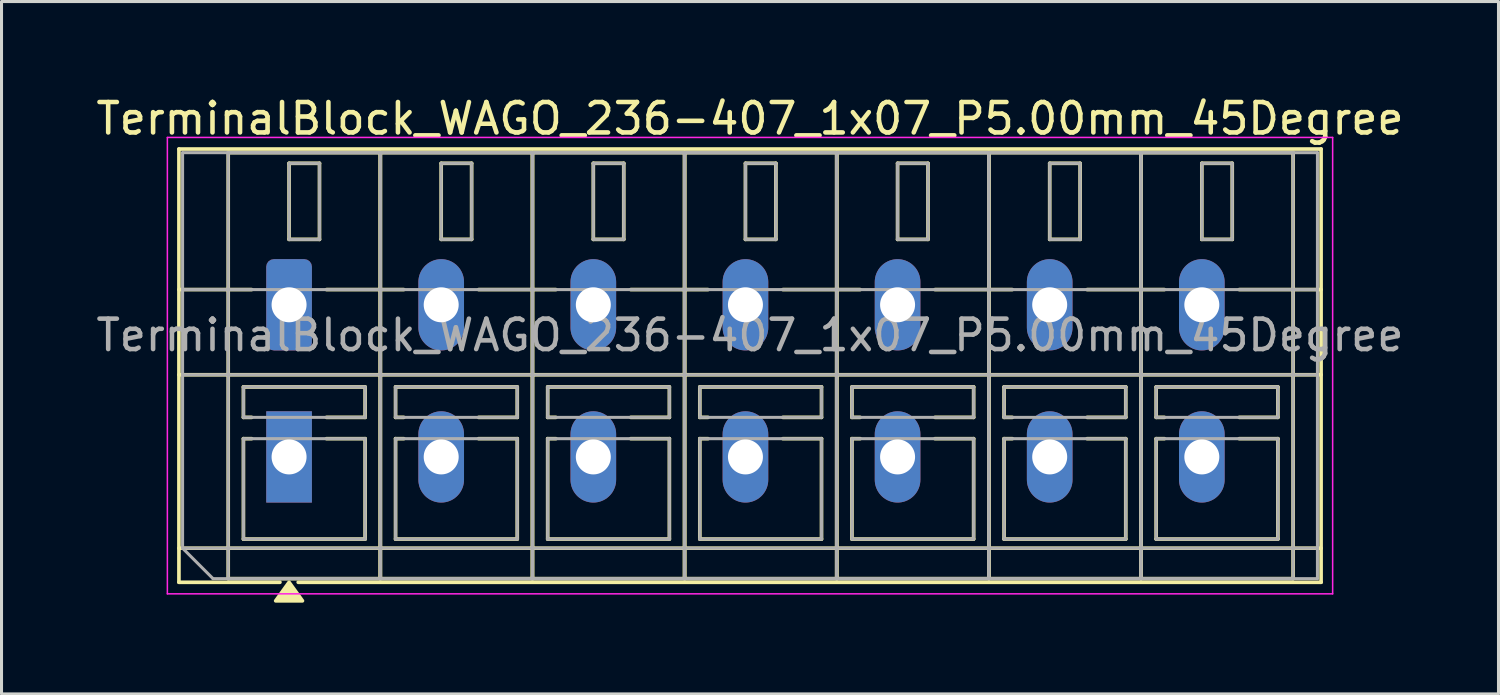
<source format=kicad_pcb>
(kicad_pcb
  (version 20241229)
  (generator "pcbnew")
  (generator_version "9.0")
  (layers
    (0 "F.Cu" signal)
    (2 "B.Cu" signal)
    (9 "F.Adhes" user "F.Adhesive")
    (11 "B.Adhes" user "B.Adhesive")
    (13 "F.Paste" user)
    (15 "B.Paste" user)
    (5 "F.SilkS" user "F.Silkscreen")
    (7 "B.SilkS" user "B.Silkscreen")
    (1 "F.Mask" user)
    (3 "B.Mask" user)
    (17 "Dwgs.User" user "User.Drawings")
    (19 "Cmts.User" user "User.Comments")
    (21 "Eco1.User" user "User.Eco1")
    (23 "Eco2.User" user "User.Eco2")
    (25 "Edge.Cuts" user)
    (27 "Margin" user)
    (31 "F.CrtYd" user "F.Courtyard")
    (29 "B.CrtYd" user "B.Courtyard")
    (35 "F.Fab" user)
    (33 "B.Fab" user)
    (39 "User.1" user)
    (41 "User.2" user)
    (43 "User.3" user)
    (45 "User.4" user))
  (footprint "TerminalBlock_WAGO_236-407_1x07_P5.00mm_45Degree"
    (layer "F.Cu")
    (at 6.451 6.968)
    (property "Reference" "TerminalBlock_WAGO_236-407_1x07_P5.00mm_45Degree" (at 15.15 -6.12 0) (layer "F.SilkS") (effects (font (size 1 1) (thickness 0.15))))
    (attr through_hole)
    (fp_line (start -3.62 -5.12) (end 33.92 -5.12) (stroke (width 0.12) (type solid)) (layer "F.SilkS"))
    (fp_line (start -3.62 -0.5) (end -1.23 -0.5) (stroke (width 0.12) (type solid)) (layer "F.SilkS"))
    (fp_line (start -3.62 2.3) (end 33.92 2.3) (stroke (width 0.12) (type solid)) (layer "F.SilkS"))
    (fp_line (start -3.62 8) (end 33.92 8) (stroke (width 0.12) (type solid)) (layer "F.SilkS"))
    (fp_line (start -3.62 9.12) (end -3.62 -5.12) (stroke (width 0.12) (type solid)) (layer "F.SilkS"))
    (fp_line (start -2 -5) (end 3 -5) (stroke (width 0.12) (type solid)) (layer "F.SilkS"))
    (fp_line (start -2 9) (end -2 -5) (stroke (width 0.12) (type solid)) (layer "F.SilkS"))
    (fp_line (start -1.5 2.7) (end 2.5 2.7) (stroke (width 0.12) (type solid)) (layer "F.SilkS"))
    (fp_line (start -1.5 3.7) (end -1.5 2.7) (stroke (width 0.12) (type solid)) (layer "F.SilkS"))
    (fp_line (start -1.5 4.4) (end -1.23 4.4) (stroke (width 0.12) (type solid)) (layer "F.SilkS"))
    (fp_line (start -1.5 7.7) (end -1.5 4.4) (stroke (width 0.12) (type solid)) (layer "F.SilkS"))
    (fp_line (start -1.23 3.7) (end -1.5 3.7) (stroke (width 0.12) (type solid)) (layer "F.SilkS"))
    (fp_line (start -0.3 9.12) (end -3.62 9.12) (stroke (width 0.12) (type solid)) (layer "F.SilkS"))
    (fp_line (start 0 -4.65) (end 1 -4.65) (stroke (width 0.12) (type solid)) (layer "F.SilkS"))
    (fp_line (start 0 -2.15) (end 0 -4.65) (stroke (width 0.12) (type solid)) (layer "F.SilkS"))
    (fp_line (start 1 -4.65) (end 1 -2.15) (stroke (width 0.12) (type solid)) (layer "F.SilkS"))
    (fp_line (start 1 -2.15) (end 0 -2.15) (stroke (width 0.12) (type solid)) (layer "F.SilkS"))
    (fp_line (start 1.23 -0.5) (end 3.77 -0.5) (stroke (width 0.12) (type solid)) (layer "F.SilkS"))
    (fp_line (start 1.23 4.4) (end 2.5 4.4) (stroke (width 0.12) (type solid)) (layer "F.SilkS"))
    (fp_line (start 2.5 2.7) (end 2.5 3.7) (stroke (width 0.12) (type solid)) (layer "F.SilkS"))
    (fp_line (start 2.5 3.7) (end 1.23 3.7) (stroke (width 0.12) (type solid)) (layer "F.SilkS"))
    (fp_line (start 2.5 4.4) (end 2.5 7.7) (stroke (width 0.12) (type solid)) (layer "F.SilkS"))
    (fp_line (start 2.5 7.7) (end -1.5 7.7) (stroke (width 0.12) (type solid)) (layer "F.SilkS"))
    (fp_line (start 3 -5) (end 3 9) (stroke (width 0.12) (type solid)) (layer "F.SilkS"))
    (fp_line (start 3 -5) (end 8 -5) (stroke (width 0.12) (type solid)) (layer "F.SilkS"))
    (fp_line (start 3 9) (end -2 9) (stroke (width 0.12) (type solid)) (layer "F.SilkS"))
    (fp_line (start 3 9) (end 3 -5) (stroke (width 0.12) (type solid)) (layer "F.SilkS"))
    (fp_line (start 3.5 2.7) (end 7.5 2.7) (stroke (width 0.12) (type solid)) (layer "F.SilkS"))
    (fp_line (start 3.5 3.7) (end 3.5 2.7) (stroke (width 0.12) (type solid)) (layer "F.SilkS"))
    (fp_line (start 3.5 4.4) (end 3.77 4.4) (stroke (width 0.12) (type solid)) (layer "F.SilkS"))
    (fp_line (start 3.5 7.7) (end 3.5 4.4) (stroke (width 0.12) (type solid)) (layer "F.SilkS"))
    (fp_line (start 3.77 3.7) (end 3.5 3.7) (stroke (width 0.12) (type solid)) (layer "F.SilkS"))
    (fp_line (start 5 -4.65) (end 6 -4.65) (stroke (width 0.12) (type solid)) (layer "F.SilkS"))
    (fp_line (start 5 -2.15) (end 5 -4.65) (stroke (width 0.12) (type solid)) (layer "F.SilkS"))
    (fp_line (start 6 -4.65) (end 6 -2.15) (stroke (width 0.12) (type solid)) (layer "F.SilkS"))
    (fp_line (start 6 -2.15) (end 5 -2.15) (stroke (width 0.12) (type solid)) (layer "F.SilkS"))
    (fp_line (start 6.23 -0.5) (end 8.77 -0.5) (stroke (width 0.12) (type solid)) (layer "F.SilkS"))
    (fp_line (start 6.23 4.4) (end 7.5 4.4) (stroke (width 0.12) (type solid)) (layer "F.SilkS"))
    (fp_line (start 7.5 2.7) (end 7.5 3.7) (stroke (width 0.12) (type solid)) (layer "F.SilkS"))
    (fp_line (start 7.5 3.7) (end 6.23 3.7) (stroke (width 0.12) (type solid)) (layer "F.SilkS"))
    (fp_line (start 7.5 4.4) (end 7.5 7.7) (stroke (width 0.12) (type solid)) (layer "F.SilkS"))
    (fp_line (start 7.5 7.7) (end 3.5 7.7) (stroke (width 0.12) (type solid)) (layer "F.SilkS"))
    (fp_line (start 8 -5) (end 8 9) (stroke (width 0.12) (type solid)) (layer "F.SilkS"))
    (fp_line (start 8 -5) (end 13 -5) (stroke (width 0.12) (type solid)) (layer "F.SilkS"))
    (fp_line (start 8 9) (end 3 9) (stroke (width 0.12) (type solid)) (layer "F.SilkS"))
    (fp_line (start 8 9) (end 8 -5) (stroke (width 0.12) (type solid)) (layer "F.SilkS"))
    (fp_line (start 8.5 2.7) (end 12.5 2.7) (stroke (width 0.12) (type solid)) (layer "F.SilkS"))
    (fp_line (start 8.5 3.7) (end 8.5 2.7) (stroke (width 0.12) (type solid)) (layer "F.SilkS"))
    (fp_line (start 8.5 4.4) (end 8.77 4.4) (stroke (width 0.12) (type solid)) (layer "F.SilkS"))
    (fp_line (start 8.5 7.7) (end 8.5 4.4) (stroke (width 0.12) (type solid)) (layer "F.SilkS"))
    (fp_line (start 8.77 3.7) (end 8.5 3.7) (stroke (width 0.12) (type solid)) (layer "F.SilkS"))
    (fp_line (start 10 -4.65) (end 11 -4.65) (stroke (width 0.12) (type solid)) (layer "F.SilkS"))
    (fp_line (start 10 -2.15) (end 10 -4.65) (stroke (width 0.12) (type solid)) (layer "F.SilkS"))
    (fp_line (start 11 -4.65) (end 11 -2.15) (stroke (width 0.12) (type solid)) (layer "F.SilkS"))
    (fp_line (start 11 -2.15) (end 10 -2.15) (stroke (width 0.12) (type solid)) (layer "F.SilkS"))
    (fp_line (start 11.23 -0.5) (end 13.77 -0.5) (stroke (width 0.12) (type solid)) (layer "F.SilkS"))
    (fp_line (start 11.23 4.4) (end 12.5 4.4) (stroke (width 0.12) (type solid)) (layer "F.SilkS"))
    (fp_line (start 12.5 2.7) (end 12.5 3.7) (stroke (width 0.12) (type solid)) (layer "F.SilkS"))
    (fp_line (start 12.5 3.7) (end 11.23 3.7) (stroke (width 0.12) (type solid)) (layer "F.SilkS"))
    (fp_line (start 12.5 4.4) (end 12.5 7.7) (stroke (width 0.12) (type solid)) (layer "F.SilkS"))
    (fp_line (start 12.5 7.7) (end 8.5 7.7) (stroke (width 0.12) (type solid)) (layer "F.SilkS"))
    (fp_line (start 13 -5) (end 13 9) (stroke (width 0.12) (type solid)) (layer "F.SilkS"))
    (fp_line (start 13 -5) (end 18 -5) (stroke (width 0.12) (type solid)) (layer "F.SilkS"))
    (fp_line (start 13 9) (end 8 9) (stroke (width 0.12) (type solid)) (layer "F.SilkS"))
    (fp_line (start 13 9) (end 13 -5) (stroke (width 0.12) (type solid)) (layer "F.SilkS"))
    (fp_line (start 13.5 2.7) (end 17.5 2.7) (stroke (width 0.12) (type solid)) (layer "F.SilkS"))
    (fp_line (start 13.5 3.7) (end 13.5 2.7) (stroke (width 0.12) (type solid)) (layer "F.SilkS"))
    (fp_line (start 13.5 4.4) (end 13.77 4.4) (stroke (width 0.12) (type solid)) (layer "F.SilkS"))
    (fp_line (start 13.5 7.7) (end 13.5 4.4) (stroke (width 0.12) (type solid)) (layer "F.SilkS"))
    (fp_line (start 13.77 3.7) (end 13.5 3.7) (stroke (width 0.12) (type solid)) (layer "F.SilkS"))
    (fp_line (start 15 -4.65) (end 16 -4.65) (stroke (width 0.12) (type solid)) (layer "F.SilkS"))
    (fp_line (start 15 -2.15) (end 15 -4.65) (stroke (width 0.12) (type solid)) (layer "F.SilkS"))
    (fp_line (start 16 -4.65) (end 16 -2.15) (stroke (width 0.12) (type solid)) (layer "F.SilkS"))
    (fp_line (start 16 -2.15) (end 15 -2.15) (stroke (width 0.12) (type solid)) (layer "F.SilkS"))
    (fp_line (start 16.23 -0.5) (end 18.77 -0.5) (stroke (width 0.12) (type solid)) (layer "F.SilkS"))
    (fp_line (start 16.23 4.4) (end 17.5 4.4) (stroke (width 0.12) (type solid)) (layer "F.SilkS"))
    (fp_line (start 17.5 2.7) (end 17.5 3.7) (stroke (width 0.12) (type solid)) (layer "F.SilkS"))
    (fp_line (start 17.5 3.7) (end 16.23 3.7) (stroke (width 0.12) (type solid)) (layer "F.SilkS"))
    (fp_line (start 17.5 4.4) (end 17.5 7.7) (stroke (width 0.12) (type solid)) (layer "F.SilkS"))
    (fp_line (start 17.5 7.7) (end 13.5 7.7) (stroke (width 0.12) (type solid)) (layer "F.SilkS"))
    (fp_line (start 18 -5) (end 18 9) (stroke (width 0.12) (type solid)) (layer "F.SilkS"))
    (fp_line (start 18 -5) (end 23 -5) (stroke (width 0.12) (type solid)) (layer "F.SilkS"))
    (fp_line (start 18 9) (end 13 9) (stroke (width 0.12) (type solid)) (layer "F.SilkS"))
    (fp_line (start 18 9) (end 18 -5) (stroke (width 0.12) (type solid)) (layer "F.SilkS"))
    (fp_line (start 18.5 2.7) (end 22.5 2.7) (stroke (width 0.12) (type solid)) (layer "F.SilkS"))
    (fp_line (start 18.5 3.7) (end 18.5 2.7) (stroke (width 0.12) (type solid)) (layer "F.SilkS"))
    (fp_line (start 18.5 4.4) (end 18.77 4.4) (stroke (width 0.12) (type solid)) (layer "F.SilkS"))
    (fp_line (start 18.5 7.7) (end 18.5 4.4) (stroke (width 0.12) (type solid)) (layer "F.SilkS"))
    (fp_line (start 18.77 3.7) (end 18.5 3.7) (stroke (width 0.12) (type solid)) (layer "F.SilkS"))
    (fp_line (start 20 -4.65) (end 21 -4.65) (stroke (width 0.12) (type solid)) (layer "F.SilkS"))
    (fp_line (start 20 -2.15) (end 20 -4.65) (stroke (width 0.12) (type solid)) (layer "F.SilkS"))
    (fp_line (start 21 -4.65) (end 21 -2.15) (stroke (width 0.12) (type solid)) (layer "F.SilkS"))
    (fp_line (start 21 -2.15) (end 20 -2.15) (stroke (width 0.12) (type solid)) (layer "F.SilkS"))
    (fp_line (start 21.23 -0.5) (end 23.77 -0.5) (stroke (width 0.12) (type solid)) (layer "F.SilkS"))
    (fp_line (start 21.23 4.4) (end 22.5 4.4) (stroke (width 0.12) (type solid)) (layer "F.SilkS"))
    (fp_line (start 22.5 2.7) (end 22.5 3.7) (stroke (width 0.12) (type solid)) (layer "F.SilkS"))
    (fp_line (start 22.5 3.7) (end 21.23 3.7) (stroke (width 0.12) (type solid)) (layer "F.SilkS"))
    (fp_line (start 22.5 4.4) (end 22.5 7.7) (stroke (width 0.12) (type solid)) (layer "F.SilkS"))
    (fp_line (start 22.5 7.7) (end 18.5 7.7) (stroke (width 0.12) (type solid)) (layer "F.SilkS"))
    (fp_line (start 23 -5) (end 23 9) (stroke (width 0.12) (type solid)) (layer "F.SilkS"))
    (fp_line (start 23 -5) (end 28 -5) (stroke (width 0.12) (type solid)) (layer "F.SilkS"))
    (fp_line (start 23 9) (end 18 9) (stroke (width 0.12) (type solid)) (layer "F.SilkS"))
    (fp_line (start 23 9) (end 23 -5) (stroke (width 0.12) (type solid)) (layer "F.SilkS"))
    (fp_line (start 23.5 2.7) (end 27.5 2.7) (stroke (width 0.12) (type solid)) (layer "F.SilkS"))
    (fp_line (start 23.5 3.7) (end 23.5 2.7) (stroke (width 0.12) (type solid)) (layer "F.SilkS"))
    (fp_line (start 23.5 4.4) (end 23.77 4.4) (stroke (width 0.12) (type solid)) (layer "F.SilkS"))
    (fp_line (start 23.5 7.7) (end 23.5 4.4) (stroke (width 0.12) (type solid)) (layer "F.SilkS"))
    (fp_line (start 23.77 3.7) (end 23.5 3.7) (stroke (width 0.12) (type solid)) (layer "F.SilkS"))
    (fp_line (start 25 -4.65) (end 26 -4.65) (stroke (width 0.12) (type solid)) (layer "F.SilkS"))
    (fp_line (start 25 -2.15) (end 25 -4.65) (stroke (width 0.12) (type solid)) (layer "F.SilkS"))
    (fp_line (start 26 -4.65) (end 26 -2.15) (stroke (width 0.12) (type solid)) (layer "F.SilkS"))
    (fp_line (start 26 -2.15) (end 25 -2.15) (stroke (width 0.12) (type solid)) (layer "F.SilkS"))
    (fp_line (start 26.23 -0.5) (end 28.77 -0.5) (stroke (width 0.12) (type solid)) (layer "F.SilkS"))
    (fp_line (start 26.23 4.4) (end 27.5 4.4) (stroke (width 0.12) (type solid)) (layer "F.SilkS"))
    (fp_line (start 27.5 2.7) (end 27.5 3.7) (stroke (width 0.12) (type solid)) (layer "F.SilkS"))
    (fp_line (start 27.5 3.7) (end 26.23 3.7) (stroke (width 0.12) (type solid)) (layer "F.SilkS"))
    (fp_line (start 27.5 4.4) (end 27.5 7.7) (stroke (width 0.12) (type solid)) (layer "F.SilkS"))
    (fp_line (start 27.5 7.7) (end 23.5 7.7) (stroke (width 0.12) (type solid)) (layer "F.SilkS"))
    (fp_line (start 28 -5) (end 28 9) (stroke (width 0.12) (type solid)) (layer "F.SilkS"))
    (fp_line (start 28 -5) (end 33 -5) (stroke (width 0.12) (type solid)) (layer "F.SilkS"))
    (fp_line (start 28 9) (end 23 9) (stroke (width 0.12) (type solid)) (layer "F.SilkS"))
    (fp_line (start 28 9) (end 28 -5) (stroke (width 0.12) (type solid)) (layer "F.SilkS"))
    (fp_line (start 28.5 2.7) (end 32.5 2.7) (stroke (width 0.12) (type solid)) (layer "F.SilkS"))
    (fp_line (start 28.5 3.7) (end 28.5 2.7) (stroke (width 0.12) (type solid)) (layer "F.SilkS"))
    (fp_line (start 28.5 4.4) (end 28.77 4.4) (stroke (width 0.12) (type solid)) (layer "F.SilkS"))
    (fp_line (start 28.5 7.7) (end 28.5 4.4) (stroke (width 0.12) (type solid)) (layer "F.SilkS"))
    (fp_line (start 28.77 3.7) (end 28.5 3.7) (stroke (width 0.12) (type solid)) (layer "F.SilkS"))
    (fp_line (start 30 -4.65) (end 31 -4.65) (stroke (width 0.12) (type solid)) (layer "F.SilkS"))
    (fp_line (start 30 -2.15) (end 30 -4.65) (stroke (width 0.12) (type solid)) (layer "F.SilkS"))
    (fp_line (start 31 -4.65) (end 31 -2.15) (stroke (width 0.12) (type solid)) (layer "F.SilkS"))
    (fp_line (start 31 -2.15) (end 30 -2.15) (stroke (width 0.12) (type solid)) (layer "F.SilkS"))
    (fp_line (start 31.23 -0.5) (end 33.92 -0.5) (stroke (width 0.12) (type solid)) (layer "F.SilkS"))
    (fp_line (start 31.23 4.4) (end 32.5 4.4) (stroke (width 0.12) (type solid)) (layer "F.SilkS"))
    (fp_line (start 32.5 2.7) (end 32.5 3.7) (stroke (width 0.12) (type solid)) (layer "F.SilkS"))
    (fp_line (start 32.5 3.7) (end 31.23 3.7) (stroke (width 0.12) (type solid)) (layer "F.SilkS"))
    (fp_line (start 32.5 4.4) (end 32.5 7.7) (stroke (width 0.12) (type solid)) (layer "F.SilkS"))
    (fp_line (start 32.5 7.7) (end 28.5 7.7) (stroke (width 0.12) (type solid)) (layer "F.SilkS"))
    (fp_line (start 33 -5) (end 33 9) (stroke (width 0.12) (type solid)) (layer "F.SilkS"))
    (fp_line (start 33 9) (end 28 9) (stroke (width 0.12) (type solid)) (layer "F.SilkS"))
    (fp_line (start 33.92 -5.12) (end 33.92 9.12) (stroke (width 0.12) (type solid)) (layer "F.SilkS"))
    (fp_line (start 33.92 9.12) (end 0.3 9.12) (stroke (width 0.12) (type solid)) (layer "F.SilkS"))
    (fp_poly (pts (xy 0 9.12) (xy 0.44 9.73) (xy -0.44 9.73)) (stroke (width 0.12) (type solid)) (fill yes) (layer "F.SilkS"))
    (fp_line (start -4 -5.5) (end -4 9.5) (stroke (width 0.05) (type solid)) (layer "F.CrtYd"))
    (fp_line (start -4 9.5) (end 34.3 9.5) (stroke (width 0.05) (type solid)) (layer "F.CrtYd"))
    (fp_line (start 34.3 -5.5) (end -4 -5.5) (stroke (width 0.05) (type solid)) (layer "F.CrtYd"))
    (fp_line (start 34.3 9.5) (end 34.3 -5.5) (stroke (width 0.05) (type solid)) (layer "F.CrtYd"))
    (fp_line (start -3.5 -5) (end 33.8 -5) (stroke (width 0.1) (type solid)) (layer "F.Fab"))
    (fp_line (start -3.5 -0.5) (end 33.8 -0.5) (stroke (width 0.1) (type solid)) (layer "F.Fab"))
    (fp_line (start -3.5 2.3) (end 33.8 2.3) (stroke (width 0.1) (type solid)) (layer "F.Fab"))
    (fp_line (start -3.5 8) (end -3.5 -5) (stroke (width 0.1) (type solid)) (layer "F.Fab"))
    (fp_line (start -3.5 8) (end 33.8 8) (stroke (width 0.1) (type solid)) (layer "F.Fab"))
    (fp_line (start -2.5 9) (end -3.5 8) (stroke (width 0.1) (type solid)) (layer "F.Fab"))
    (fp_line (start -2 -5) (end -2 9) (stroke (width 0.1) (type solid)) (layer "F.Fab"))
    (fp_line (start -2 9) (end 3 9) (stroke (width 0.1) (type solid)) (layer "F.Fab"))
    (fp_line (start -1.5 2.7) (end -1.5 3.7) (stroke (width 0.1) (type solid)) (layer "F.Fab"))
    (fp_line (start -1.5 3.7) (end 2.5 3.7) (stroke (width 0.1) (type solid)) (layer "F.Fab"))
    (fp_line (start -1.5 4.4) (end -1.5 7.7) (stroke (width 0.1) (type solid)) (layer "F.Fab"))
    (fp_line (start -1.5 7.7) (end 2.5 7.7) (stroke (width 0.1) (type solid)) (layer "F.Fab"))
    (fp_line (start 0 -4.65) (end 0 -2.15) (stroke (width 0.1) (type solid)) (layer "F.Fab"))
    (fp_line (start 0 -2.15) (end 1 -2.15) (stroke (width 0.1) (type solid)) (layer "F.Fab"))
    (fp_line (start 1 -4.65) (end 0 -4.65) (stroke (width 0.1) (type solid)) (layer "F.Fab"))
    (fp_line (start 1 -2.15) (end 1 -4.65) (stroke (width 0.1) (type solid)) (layer "F.Fab"))
    (fp_line (start 2.5 2.7) (end -1.5 2.7) (stroke (width 0.1) (type solid)) (layer "F.Fab"))
    (fp_line (start 2.5 3.7) (end 2.5 2.7) (stroke (width 0.1) (type solid)) (layer "F.Fab"))
    (fp_line (start 2.5 4.4) (end -1.5 4.4) (stroke (width 0.1) (type solid)) (layer "F.Fab"))
    (fp_line (start 2.5 7.7) (end 2.5 4.4) (stroke (width 0.1) (type solid)) (layer "F.Fab"))
    (fp_line (start 3 -5) (end -2 -5) (stroke (width 0.1) (type solid)) (layer "F.Fab"))
    (fp_line (start 3 -5) (end 3 9) (stroke (width 0.1) (type solid)) (layer "F.Fab"))
    (fp_line (start 3 9) (end 3 -5) (stroke (width 0.1) (type solid)) (layer "F.Fab"))
    (fp_line (start 3 9) (end 8 9) (stroke (width 0.1) (type solid)) (layer "F.Fab"))
    (fp_line (start 3.5 2.7) (end 3.5 3.7) (stroke (width 0.1) (type solid)) (layer "F.Fab"))
    (fp_line (start 3.5 3.7) (end 7.5 3.7) (stroke (width 0.1) (type solid)) (layer "F.Fab"))
    (fp_line (start 3.5 4.4) (end 3.5 7.7) (stroke (width 0.1) (type solid)) (layer "F.Fab"))
    (fp_line (start 3.5 7.7) (end 7.5 7.7) (stroke (width 0.1) (type solid)) (layer "F.Fab"))
    (fp_line (start 5 -4.65) (end 5 -2.15) (stroke (width 0.1) (type solid)) (layer "F.Fab"))
    (fp_line (start 5 -2.15) (end 6 -2.15) (stroke (width 0.1) (type solid)) (layer "F.Fab"))
    (fp_line (start 6 -4.65) (end 5 -4.65) (stroke (width 0.1) (type solid)) (layer "F.Fab"))
    (fp_line (start 6 -2.15) (end 6 -4.65) (stroke (width 0.1) (type solid)) (layer "F.Fab"))
    (fp_line (start 7.5 2.7) (end 3.5 2.7) (stroke (width 0.1) (type solid)) (layer "F.Fab"))
    (fp_line (start 7.5 3.7) (end 7.5 2.7) (stroke (width 0.1) (type solid)) (layer "F.Fab"))
    (fp_line (start 7.5 4.4) (end 3.5 4.4) (stroke (width 0.1) (type solid)) (layer "F.Fab"))
    (fp_line (start 7.5 7.7) (end 7.5 4.4) (stroke (width 0.1) (type solid)) (layer "F.Fab"))
    (fp_line (start 8 -5) (end 3 -5) (stroke (width 0.1) (type solid)) (layer "F.Fab"))
    (fp_line (start 8 -5) (end 8 9) (stroke (width 0.1) (type solid)) (layer "F.Fab"))
    (fp_line (start 8 9) (end 8 -5) (stroke (width 0.1) (type solid)) (layer "F.Fab"))
    (fp_line (start 8 9) (end 13 9) (stroke (width 0.1) (type solid)) (layer "F.Fab"))
    (fp_line (start 8.5 2.7) (end 8.5 3.7) (stroke (width 0.1) (type solid)) (layer "F.Fab"))
    (fp_line (start 8.5 3.7) (end 12.5 3.7) (stroke (width 0.1) (type solid)) (layer "F.Fab"))
    (fp_line (start 8.5 4.4) (end 8.5 7.7) (stroke (width 0.1) (type solid)) (layer "F.Fab"))
    (fp_line (start 8.5 7.7) (end 12.5 7.7) (stroke (width 0.1) (type solid)) (layer "F.Fab"))
    (fp_line (start 10 -4.65) (end 10 -2.15) (stroke (width 0.1) (type solid)) (layer "F.Fab"))
    (fp_line (start 10 -2.15) (end 11 -2.15) (stroke (width 0.1) (type solid)) (layer "F.Fab"))
    (fp_line (start 11 -4.65) (end 10 -4.65) (stroke (width 0.1) (type solid)) (layer "F.Fab"))
    (fp_line (start 11 -2.15) (end 11 -4.65) (stroke (width 0.1) (type solid)) (layer "F.Fab"))
    (fp_line (start 12.5 2.7) (end 8.5 2.7) (stroke (width 0.1) (type solid)) (layer "F.Fab"))
    (fp_line (start 12.5 3.7) (end 12.5 2.7) (stroke (width 0.1) (type solid)) (layer "F.Fab"))
    (fp_line (start 12.5 4.4) (end 8.5 4.4) (stroke (width 0.1) (type solid)) (layer "F.Fab"))
    (fp_line (start 12.5 7.7) (end 12.5 4.4) (stroke (width 0.1) (type solid)) (layer "F.Fab"))
    (fp_line (start 13 -5) (end 8 -5) (stroke (width 0.1) (type solid)) (layer "F.Fab"))
    (fp_line (start 13 -5) (end 13 9) (stroke (width 0.1) (type solid)) (layer "F.Fab"))
    (fp_line (start 13 9) (end 13 -5) (stroke (width 0.1) (type solid)) (layer "F.Fab"))
    (fp_line (start 13 9) (end 18 9) (stroke (width 0.1) (type solid)) (layer "F.Fab"))
    (fp_line (start 13.5 2.7) (end 13.5 3.7) (stroke (width 0.1) (type solid)) (layer "F.Fab"))
    (fp_line (start 13.5 3.7) (end 17.5 3.7) (stroke (width 0.1) (type solid)) (layer "F.Fab"))
    (fp_line (start 13.5 4.4) (end 13.5 7.7) (stroke (width 0.1) (type solid)) (layer "F.Fab"))
    (fp_line (start 13.5 7.7) (end 17.5 7.7) (stroke (width 0.1) (type solid)) (layer "F.Fab"))
    (fp_line (start 15 -4.65) (end 15 -2.15) (stroke (width 0.1) (type solid)) (layer "F.Fab"))
    (fp_line (start 15 -2.15) (end 16 -2.15) (stroke (width 0.1) (type solid)) (layer "F.Fab"))
    (fp_line (start 16 -4.65) (end 15 -4.65) (stroke (width 0.1) (type solid)) (layer "F.Fab"))
    (fp_line (start 16 -2.15) (end 16 -4.65) (stroke (width 0.1) (type solid)) (layer "F.Fab"))
    (fp_line (start 17.5 2.7) (end 13.5 2.7) (stroke (width 0.1) (type solid)) (layer "F.Fab"))
    (fp_line (start 17.5 3.7) (end 17.5 2.7) (stroke (width 0.1) (type solid)) (layer "F.Fab"))
    (fp_line (start 17.5 4.4) (end 13.5 4.4) (stroke (width 0.1) (type solid)) (layer "F.Fab"))
    (fp_line (start 17.5 7.7) (end 17.5 4.4) (stroke (width 0.1) (type solid)) (layer "F.Fab"))
    (fp_line (start 18 -5) (end 13 -5) (stroke (width 0.1) (type solid)) (layer "F.Fab"))
    (fp_line (start 18 -5) (end 18 9) (stroke (width 0.1) (type solid)) (layer "F.Fab"))
    (fp_line (start 18 9) (end 18 -5) (stroke (width 0.1) (type solid)) (layer "F.Fab"))
    (fp_line (start 18 9) (end 23 9) (stroke (width 0.1) (type solid)) (layer "F.Fab"))
    (fp_line (start 18.5 2.7) (end 18.5 3.7) (stroke (width 0.1) (type solid)) (layer "F.Fab"))
    (fp_line (start 18.5 3.7) (end 22.5 3.7) (stroke (width 0.1) (type solid)) (layer "F.Fab"))
    (fp_line (start 18.5 4.4) (end 18.5 7.7) (stroke (width 0.1) (type solid)) (layer "F.Fab"))
    (fp_line (start 18.5 7.7) (end 22.5 7.7) (stroke (width 0.1) (type solid)) (layer "F.Fab"))
    (fp_line (start 20 -4.65) (end 20 -2.15) (stroke (width 0.1) (type solid)) (layer "F.Fab"))
    (fp_line (start 20 -2.15) (end 21 -2.15) (stroke (width 0.1) (type solid)) (layer "F.Fab"))
    (fp_line (start 21 -4.65) (end 20 -4.65) (stroke (width 0.1) (type solid)) (layer "F.Fab"))
    (fp_line (start 21 -2.15) (end 21 -4.65) (stroke (width 0.1) (type solid)) (layer "F.Fab"))
    (fp_line (start 22.5 2.7) (end 18.5 2.7) (stroke (width 0.1) (type solid)) (layer "F.Fab"))
    (fp_line (start 22.5 3.7) (end 22.5 2.7) (stroke (width 0.1) (type solid)) (layer "F.Fab"))
    (fp_line (start 22.5 4.4) (end 18.5 4.4) (stroke (width 0.1) (type solid)) (layer "F.Fab"))
    (fp_line (start 22.5 7.7) (end 22.5 4.4) (stroke (width 0.1) (type solid)) (layer "F.Fab"))
    (fp_line (start 23 -5) (end 18 -5) (stroke (width 0.1) (type solid)) (layer "F.Fab"))
    (fp_line (start 23 -5) (end 23 9) (stroke (width 0.1) (type solid)) (layer "F.Fab"))
    (fp_line (start 23 9) (end 23 -5) (stroke (width 0.1) (type solid)) (layer "F.Fab"))
    (fp_line (start 23 9) (end 28 9) (stroke (width 0.1) (type solid)) (layer "F.Fab"))
    (fp_line (start 23.5 2.7) (end 23.5 3.7) (stroke (width 0.1) (type solid)) (layer "F.Fab"))
    (fp_line (start 23.5 3.7) (end 27.5 3.7) (stroke (width 0.1) (type solid)) (layer "F.Fab"))
    (fp_line (start 23.5 4.4) (end 23.5 7.7) (stroke (width 0.1) (type solid)) (layer "F.Fab"))
    (fp_line (start 23.5 7.7) (end 27.5 7.7) (stroke (width 0.1) (type solid)) (layer "F.Fab"))
    (fp_line (start 25 -4.65) (end 25 -2.15) (stroke (width 0.1) (type solid)) (layer "F.Fab"))
    (fp_line (start 25 -2.15) (end 26 -2.15) (stroke (width 0.1) (type solid)) (layer "F.Fab"))
    (fp_line (start 26 -4.65) (end 25 -4.65) (stroke (width 0.1) (type solid)) (layer "F.Fab"))
    (fp_line (start 26 -2.15) (end 26 -4.65) (stroke (width 0.1) (type solid)) (layer "F.Fab"))
    (fp_line (start 27.5 2.7) (end 23.5 2.7) (stroke (width 0.1) (type solid)) (layer "F.Fab"))
    (fp_line (start 27.5 3.7) (end 27.5 2.7) (stroke (width 0.1) (type solid)) (layer "F.Fab"))
    (fp_line (start 27.5 4.4) (end 23.5 4.4) (stroke (width 0.1) (type solid)) (layer "F.Fab"))
    (fp_line (start 27.5 7.7) (end 27.5 4.4) (stroke (width 0.1) (type solid)) (layer "F.Fab"))
    (fp_line (start 28 -5) (end 23 -5) (stroke (width 0.1) (type solid)) (layer "F.Fab"))
    (fp_line (start 28 -5) (end 28 9) (stroke (width 0.1) (type solid)) (layer "F.Fab"))
    (fp_line (start 28 9) (end 28 -5) (stroke (width 0.1) (type solid)) (layer "F.Fab"))
    (fp_line (start 28 9) (end 33 9) (stroke (width 0.1) (type solid)) (layer "F.Fab"))
    (fp_line (start 28.5 2.7) (end 28.5 3.7) (stroke (width 0.1) (type solid)) (layer "F.Fab"))
    (fp_line (start 28.5 3.7) (end 32.5 3.7) (stroke (width 0.1) (type solid)) (layer "F.Fab"))
    (fp_line (start 28.5 4.4) (end 28.5 7.7) (stroke (width 0.1) (type solid)) (layer "F.Fab"))
    (fp_line (start 28.5 7.7) (end 32.5 7.7) (stroke (width 0.1) (type solid)) (layer "F.Fab"))
    (fp_line (start 30 -4.65) (end 30 -2.15) (stroke (width 0.1) (type solid)) (layer "F.Fab"))
    (fp_line (start 30 -2.15) (end 31 -2.15) (stroke (width 0.1) (type solid)) (layer "F.Fab"))
    (fp_line (start 31 -4.65) (end 30 -4.65) (stroke (width 0.1) (type solid)) (layer "F.Fab"))
    (fp_line (start 31 -2.15) (end 31 -4.65) (stroke (width 0.1) (type solid)) (layer "F.Fab"))
    (fp_line (start 32.5 2.7) (end 28.5 2.7) (stroke (width 0.1) (type solid)) (layer "F.Fab"))
    (fp_line (start 32.5 3.7) (end 32.5 2.7) (stroke (width 0.1) (type solid)) (layer "F.Fab"))
    (fp_line (start 32.5 4.4) (end 28.5 4.4) (stroke (width 0.1) (type solid)) (layer "F.Fab"))
    (fp_line (start 32.5 7.7) (end 32.5 4.4) (stroke (width 0.1) (type solid)) (layer "F.Fab"))
    (fp_line (start 33 -5) (end 28 -5) (stroke (width 0.1) (type solid)) (layer "F.Fab"))
    (fp_line (start 33 9) (end 33 -5) (stroke (width 0.1) (type solid)) (layer "F.Fab"))
    (fp_line (start 33.8 -5) (end 33.8 9) (stroke (width 0.1) (type solid)) (layer "F.Fab"))
    (fp_line (start 33.8 9) (end -2.5 9) (stroke (width 0.1) (type solid)) (layer "F.Fab"))
    (fp_text user "${REFERENCE}" (at 15.15 1 0) (layer "F.Fab") (effects (font (size 1 1) (thickness 0.15))))
    (pad "1" thru_hole roundrect (at 0 0) (size 1.5 3) (drill 1.15) (layers "*.Cu" "*.Mask") (roundrect_rratio 0.167))
    (pad "1" thru_hole rect (at 0 5) (size 1.5 3) (drill 1.15) (layers "*.Cu" "*.Mask"))
    (pad "2" thru_hole oval (at 5 0) (size 1.5 3) (drill 1.15) (layers "*.Cu" "*.Mask"))
    (pad "2" thru_hole oval (at 5 5) (size 1.5 3) (drill 1.15) (layers "*.Cu" "*.Mask"))
    (pad "3" thru_hole oval (at 10 0) (size 1.5 3) (drill 1.15) (layers "*.Cu" "*.Mask"))
    (pad "3" thru_hole oval (at 10 5) (size 1.5 3) (drill 1.15) (layers "*.Cu" "*.Mask"))
    (pad "4" thru_hole oval (at 15 0) (size 1.5 3) (drill 1.15) (layers "*.Cu" "*.Mask"))
    (pad "4" thru_hole oval (at 15 5) (size 1.5 3) (drill 1.15) (layers "*.Cu" "*.Mask"))
    (pad "5" thru_hole oval (at 20 0) (size 1.5 3) (drill 1.15) (layers "*.Cu" "*.Mask"))
    (pad "5" thru_hole oval (at 20 5) (size 1.5 3) (drill 1.15) (layers "*.Cu" "*.Mask"))
    (pad "6" thru_hole oval (at 25 0) (size 1.5 3) (drill 1.15) (layers "*.Cu" "*.Mask"))
    (pad "6" thru_hole oval (at 25 5) (size 1.5 3) (drill 1.15) (layers "*.Cu" "*.Mask"))
    (pad "7" thru_hole oval (at 30 0) (size 1.5 3) (drill 1.15) (layers "*.Cu" "*.Mask"))
    (pad "7" thru_hole oval (at 30 5) (size 1.5 3) (drill 1.15) (layers "*.Cu" "*.Mask")))
  (gr_rect
    (start -3 -3)
    (end 46.202 19.758)
    (stroke (width 0.1) (type default))
    (fill no)
    (layer "Edge.Cuts")))
</source>
